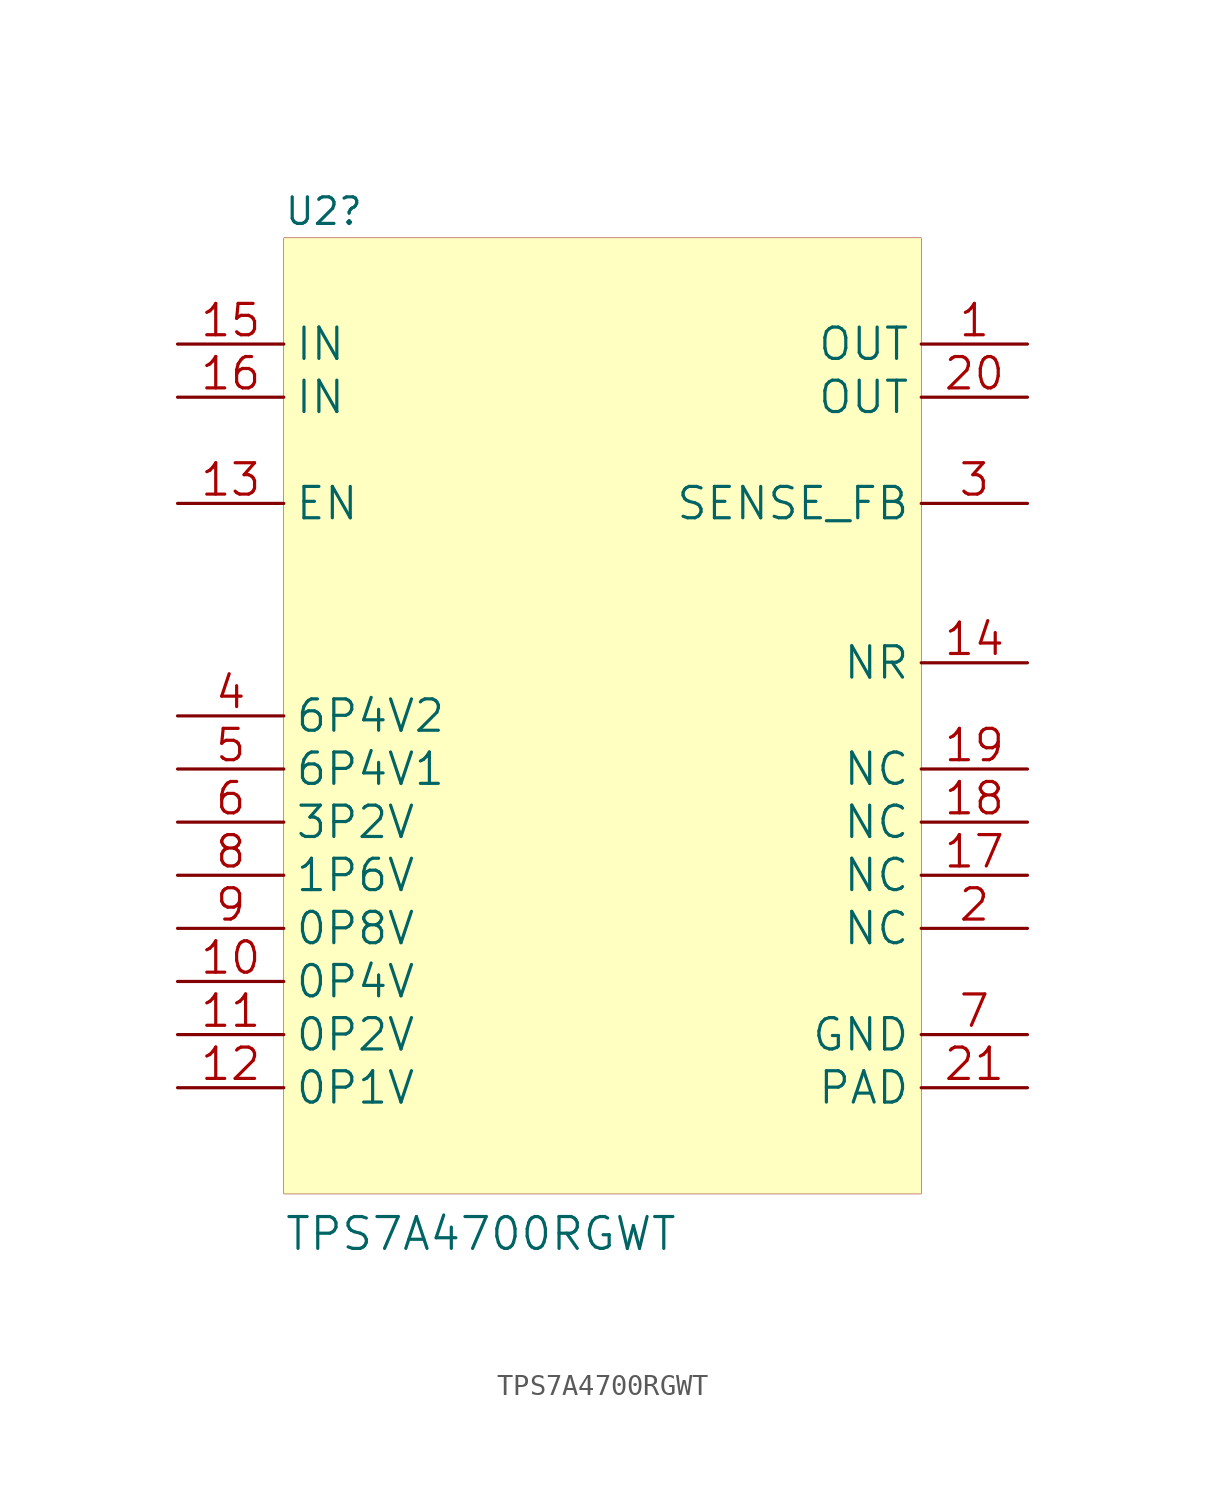
<source format=kicad_sym>
(kicad_symbol_lib
  (version 20231120)
  (generator "kicad_symbol_editor")
  (generator_version "8.0")
  (symbol "TPS7A4700RGWT"
    (property "Reference" "U2"
      (at -15.24 24.13 0)
      (effects (font (size 1.27 1.27)) (justify left)))
    (property "Value" "TPS7A4700RGWT"
      (at -15.24 -24.765 0)
      (effects (font (size 1.524 1.524)) (justify left)))
    (property "Datasheet" ""
      (at 0 0 0)
      (effects (font (size 1.524 1.524))))
    (symbol "TPS7A4700RGWT_0_1"
      (rectangle (start -15.24 22.86) (end 15.24 -22.86) (stroke (width 0.001) (type default)) (fill (type background))))
    (symbol "TPS7A4700RGWT_1_1"
      (pin power_out line (at 20.32 17.78 180) (length 5.08) (name "OUT" (effects (font (size 1.499 1.499)))) (number "1" (effects (font (size 1.499 1.499)))))
      (pin input line (at -20.32 -12.7 0) (length 5.08) (name "0P4V" (effects (font (size 1.499 1.499)))) (number "10" (effects (font (size 1.499 1.499)))))
      (pin input line (at -20.32 -15.24 0) (length 5.08) (name "0P2V" (effects (font (size 1.499 1.499)))) (number "11" (effects (font (size 1.499 1.499)))))
      (pin input line (at -20.32 -17.78 0) (length 5.08) (name "0P1V" (effects (font (size 1.499 1.499)))) (number "12" (effects (font (size 1.499 1.499)))))
      (pin input line (at -20.32 10.16 0) (length 5.08) (name "EN" (effects (font (size 1.499 1.499)))) (number "13" (effects (font (size 1.499 1.499)))))
      (pin input line (at 20.32 2.54 180) (length 5.08) (name "NR" (effects (font (size 1.499 1.499)))) (number "14" (effects (font (size 1.499 1.499)))))
      (pin power_in line (at -20.32 17.78 0) (length 5.08) (name "IN" (effects (font (size 1.499 1.499)))) (number "15" (effects (font (size 1.499 1.499)))))
      (pin power_in line (at -20.32 15.24 0) (length 5.08) (name "IN" (effects (font (size 1.499 1.499)))) (number "16" (effects (font (size 1.499 1.499)))))
      (pin passive line (at 20.32 -7.62 180) (length 5.08) (name "NC" (effects (font (size 1.499 1.499)))) (number "17" (effects (font (size 1.499 1.499)))))
      (pin passive line (at 20.32 -5.08 180) (length 5.08) (name "NC" (effects (font (size 1.499 1.499)))) (number "18" (effects (font (size 1.499 1.499)))))
      (pin passive line (at 20.32 -2.54 180) (length 5.08) (name "NC" (effects (font (size 1.499 1.499)))) (number "19" (effects (font (size 1.499 1.499)))))
      (pin passive line (at 20.32 -10.16 180) (length 5.08) (name "NC" (effects (font (size 1.499 1.499)))) (number "2" (effects (font (size 1.499 1.499)))))
      (pin passive line (at 20.32 15.24 180) (length 5.08) (name "OUT" (effects (font (size 1.499 1.499)))) (number "20" (effects (font (size 1.499 1.499)))))
      (pin power_in line (at 20.32 -17.78 180) (length 5.08) (name "PAD" (effects (font (size 1.499 1.499)))) (number "21" (effects (font (size 1.499 1.499)))))
      (pin input line (at 20.32 10.16 180) (length 5.08) (name "SENSE_FB" (effects (font (size 1.499 1.499)))) (number "3" (effects (font (size 1.499 1.499)))))
      (pin input line (at -20.32 0 0) (length 5.08) (name "6P4V2" (effects (font (size 1.499 1.499)))) (number "4" (effects (font (size 1.499 1.499)))))
      (pin input line (at -20.32 -2.54 0) (length 5.08) (name "6P4V1" (effects (font (size 1.499 1.499)))) (number "5" (effects (font (size 1.499 1.499)))))
      (pin input line (at -20.32 -5.08 0) (length 5.08) (name "3P2V" (effects (font (size 1.499 1.499)))) (number "6" (effects (font (size 1.499 1.499)))))
      (pin power_in line (at 20.32 -15.24 180) (length 5.08) (name "GND" (effects (font (size 1.499 1.499)))) (number "7" (effects (font (size 1.499 1.499)))))
      (pin input line (at -20.32 -7.62 0) (length 5.08) (name "1P6V" (effects (font (size 1.499 1.499)))) (number "8" (effects (font (size 1.499 1.499)))))
      (pin input line (at -20.32 -10.16 0) (length 5.08) (name "0P8V" (effects (font (size 1.499 1.499)))) (number "9" (effects (font (size 1.499 1.499))))))))
</source>
